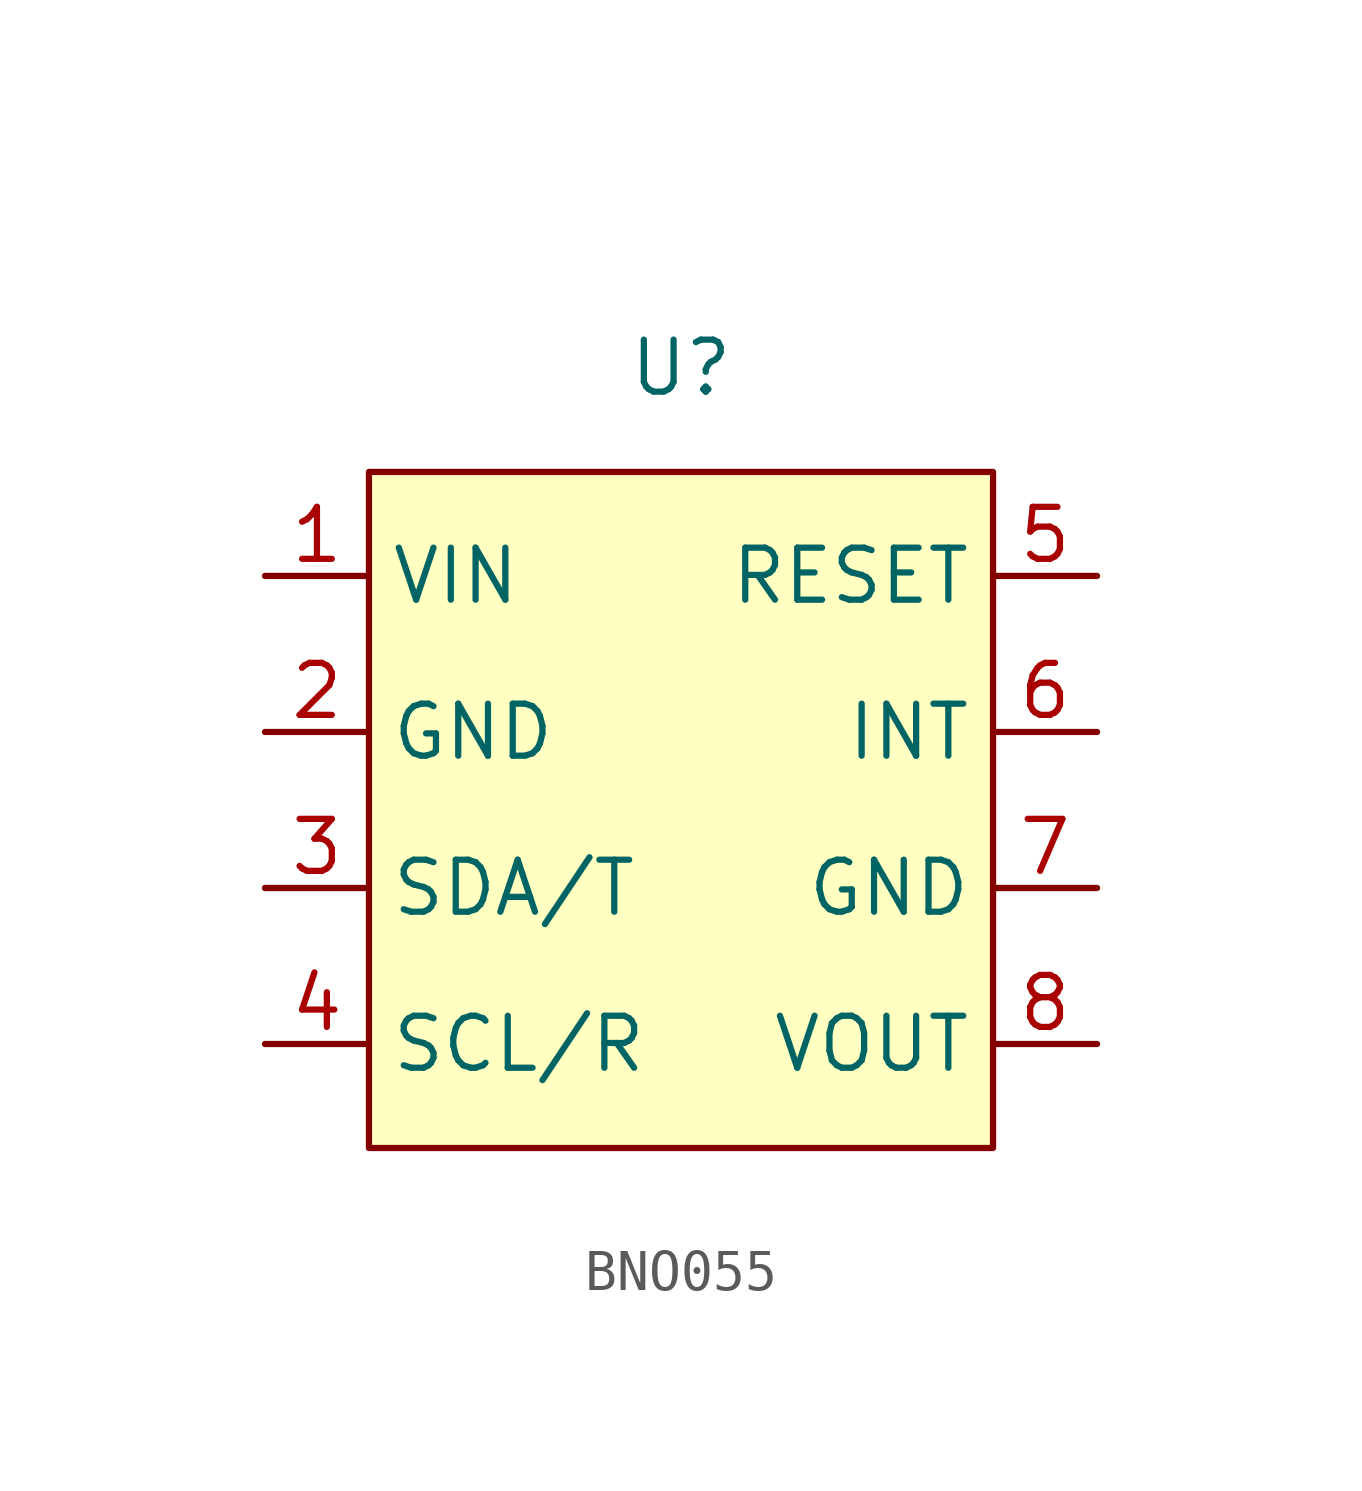
<source format=kicad_sym>
(kicad_symbol_lib
  (version 20220914)
  (generator kicad_symbol_editor)
  (symbol "BNO055"
    (property "Reference" "U"
      (at 0 2.54 0)
      (effects (font (size 1.27 1.27))))
    (property "Value" ""
      (at 0 5.08 0)
      (effects (font (size 1.27 1.27))))
    (symbol "BNO055_1_1"
      (rectangle (start -7.62 0) (end 7.62 -16.51) (stroke (width 0) (type default)) (fill (type background)))
      (pin passive line (at -10.16 -2.54 0) (length 2.54) (name "VIN" (effects (font (size 1.27 1.27)))) (number "1" (effects (font (size 1.27 1.27)))))
      (pin passive line (at -10.16 -6.35 0) (length 2.54) (name "GND" (effects (font (size 1.27 1.27)))) (number "2" (effects (font (size 1.27 1.27)))))
      (pin passive line (at -10.16 -10.16 0) (length 2.54) (name "SDA/T" (effects (font (size 1.27 1.27)))) (number "3" (effects (font (size 1.27 1.27)))))
      (pin passive line (at -10.16 -13.97 0) (length 2.54) (name "SCL/R" (effects (font (size 1.27 1.27)))) (number "4" (effects (font (size 1.27 1.27)))))
      (pin passive line (at 10.16 -2.54 180) (length 2.54) (name "RESET" (effects (font (size 1.27 1.27)))) (number "5" (effects (font (size 1.27 1.27)))))
      (pin passive line (at 10.16 -6.35 180) (length 2.54) (name "INT" (effects (font (size 1.27 1.27)))) (number "6" (effects (font (size 1.27 1.27)))))
      (pin passive line (at 10.16 -10.16 180) (length 2.54) (name "GND" (effects (font (size 1.27 1.27)))) (number "7" (effects (font (size 1.27 1.27)))))
      (pin passive line (at 10.16 -13.97 180) (length 2.54) (name "VOUT" (effects (font (size 1.27 1.27)))) (number "8" (effects (font (size 1.27 1.27))))))))
</source>
